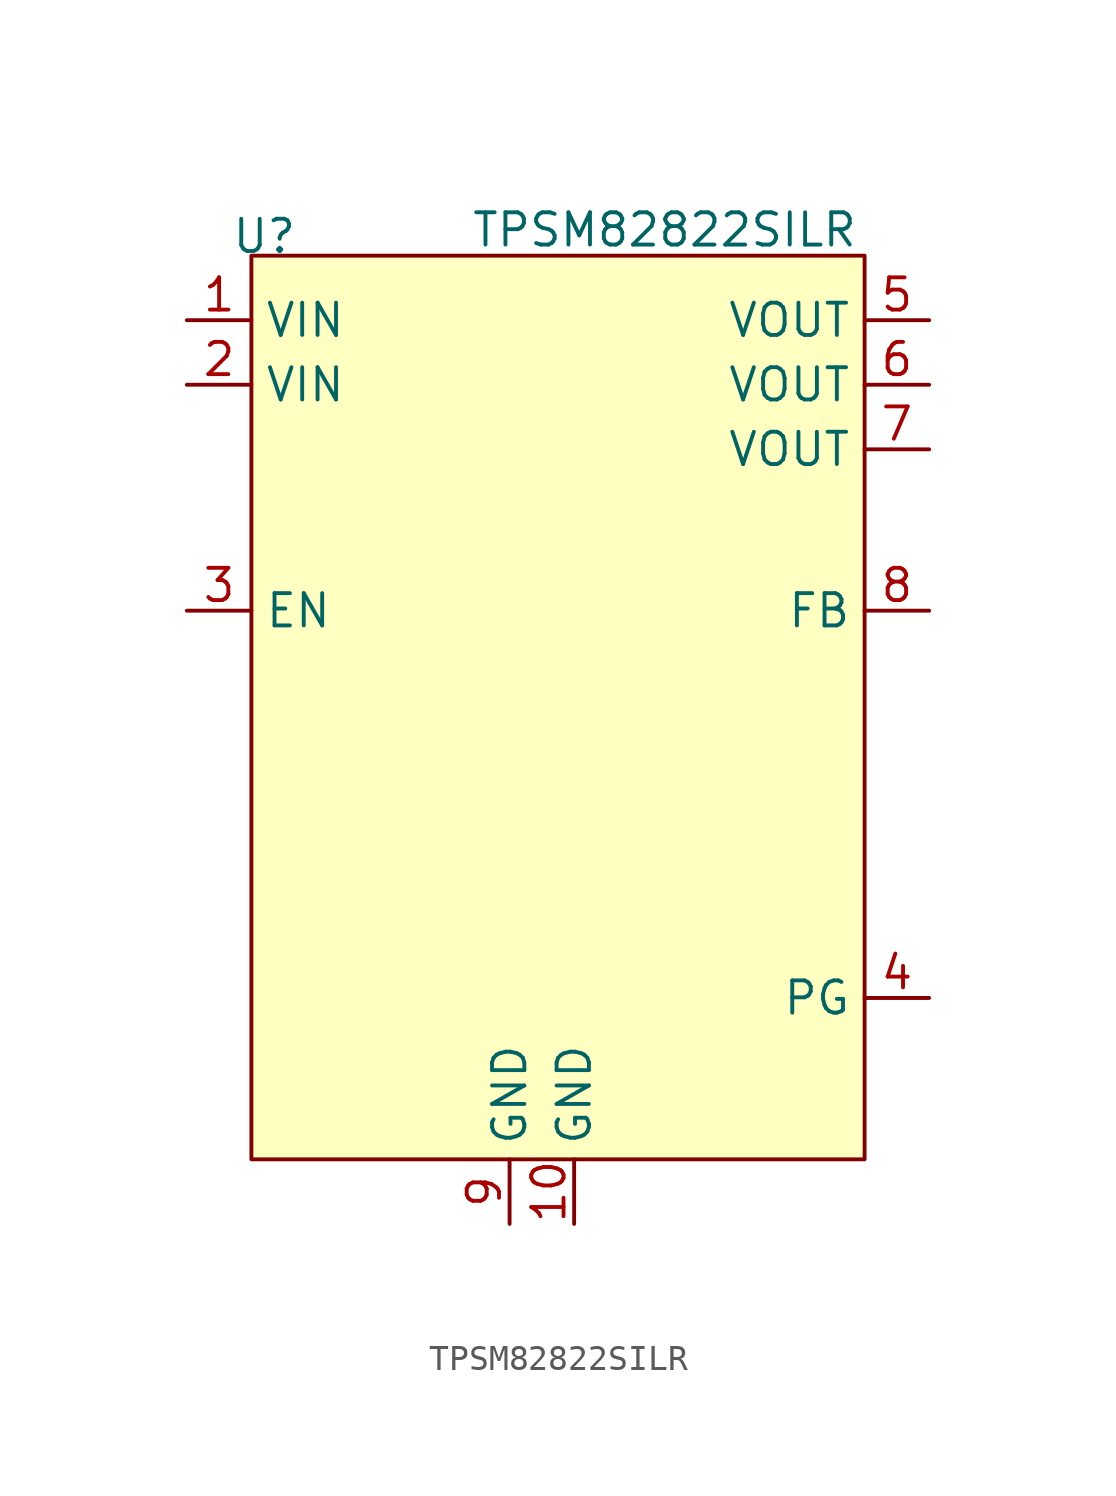
<source format=kicad_sym>
(kicad_symbol_lib
  (version 20241209)
  (generator "kicad_symbol_editor")
  (generator_version "9.0")
  (symbol "TPSM82822SILR"
    (property "Reference" "U"
      (at 0.508 0.762 0)
      (effects (font (size 1.27 1.27))))
    (property "Value" "TPSM82822SILR"
      (at 16.256 1.016 0)
      (effects (font (size 1.27 1.27))))
    (symbol "TPSM82822SILR_1_1"
      (rectangle (start 0 0) (end 24.13 -35.56) (stroke (width 0) (type solid)) (fill (type background)))
      (pin power_in line (at -2.54 -2.54 0) (length 2.54) (name "VIN" (effects (font (size 1.27 1.27)))) (number "1" (effects (font (size 1.27 1.27)))))
      (pin power_in line (at -2.54 -5.08 0) (length 2.54) (name "VIN" (effects (font (size 1.27 1.27)))) (number "2" (effects (font (size 1.27 1.27)))))
      (pin input line (at -2.54 -13.97 0) (length 2.54) (name "EN" (effects (font (size 1.27 1.27)))) (number "3" (effects (font (size 1.27 1.27)))))
      (pin power_in line (at 10.16 -38.1 90) (length 2.54) (name "GND" (effects (font (size 1.27 1.27)))) (number "9" (effects (font (size 1.27 1.27)))))
      (pin power_in line (at 12.7 -38.1 90) (length 2.54) (name "GND" (effects (font (size 1.27 1.27)))) (number "10" (effects (font (size 1.27 1.27)))))
      (pin power_out line (at 26.67 -2.54 180) (length 2.54) (name "VOUT" (effects (font (size 1.27 1.27)))) (number "5" (effects (font (size 1.27 1.27)))))
      (pin power_out line (at 26.67 -5.08 180) (length 2.54) (name "VOUT" (effects (font (size 1.27 1.27)))) (number "6" (effects (font (size 1.27 1.27)))))
      (pin power_out line (at 26.67 -7.62 180) (length 2.54) (name "VOUT" (effects (font (size 1.27 1.27)))) (number "7" (effects (font (size 1.27 1.27)))))
      (pin input line (at 26.67 -13.97 180) (length 2.54) (name "FB" (effects (font (size 1.27 1.27)))) (number "8" (effects (font (size 1.27 1.27)))))
      (pin output line (at 26.67 -29.21 180) (length 2.54) (name "PG" (effects (font (size 1.27 1.27)))) (number "4" (effects (font (size 1.27 1.27))))))))
</source>
